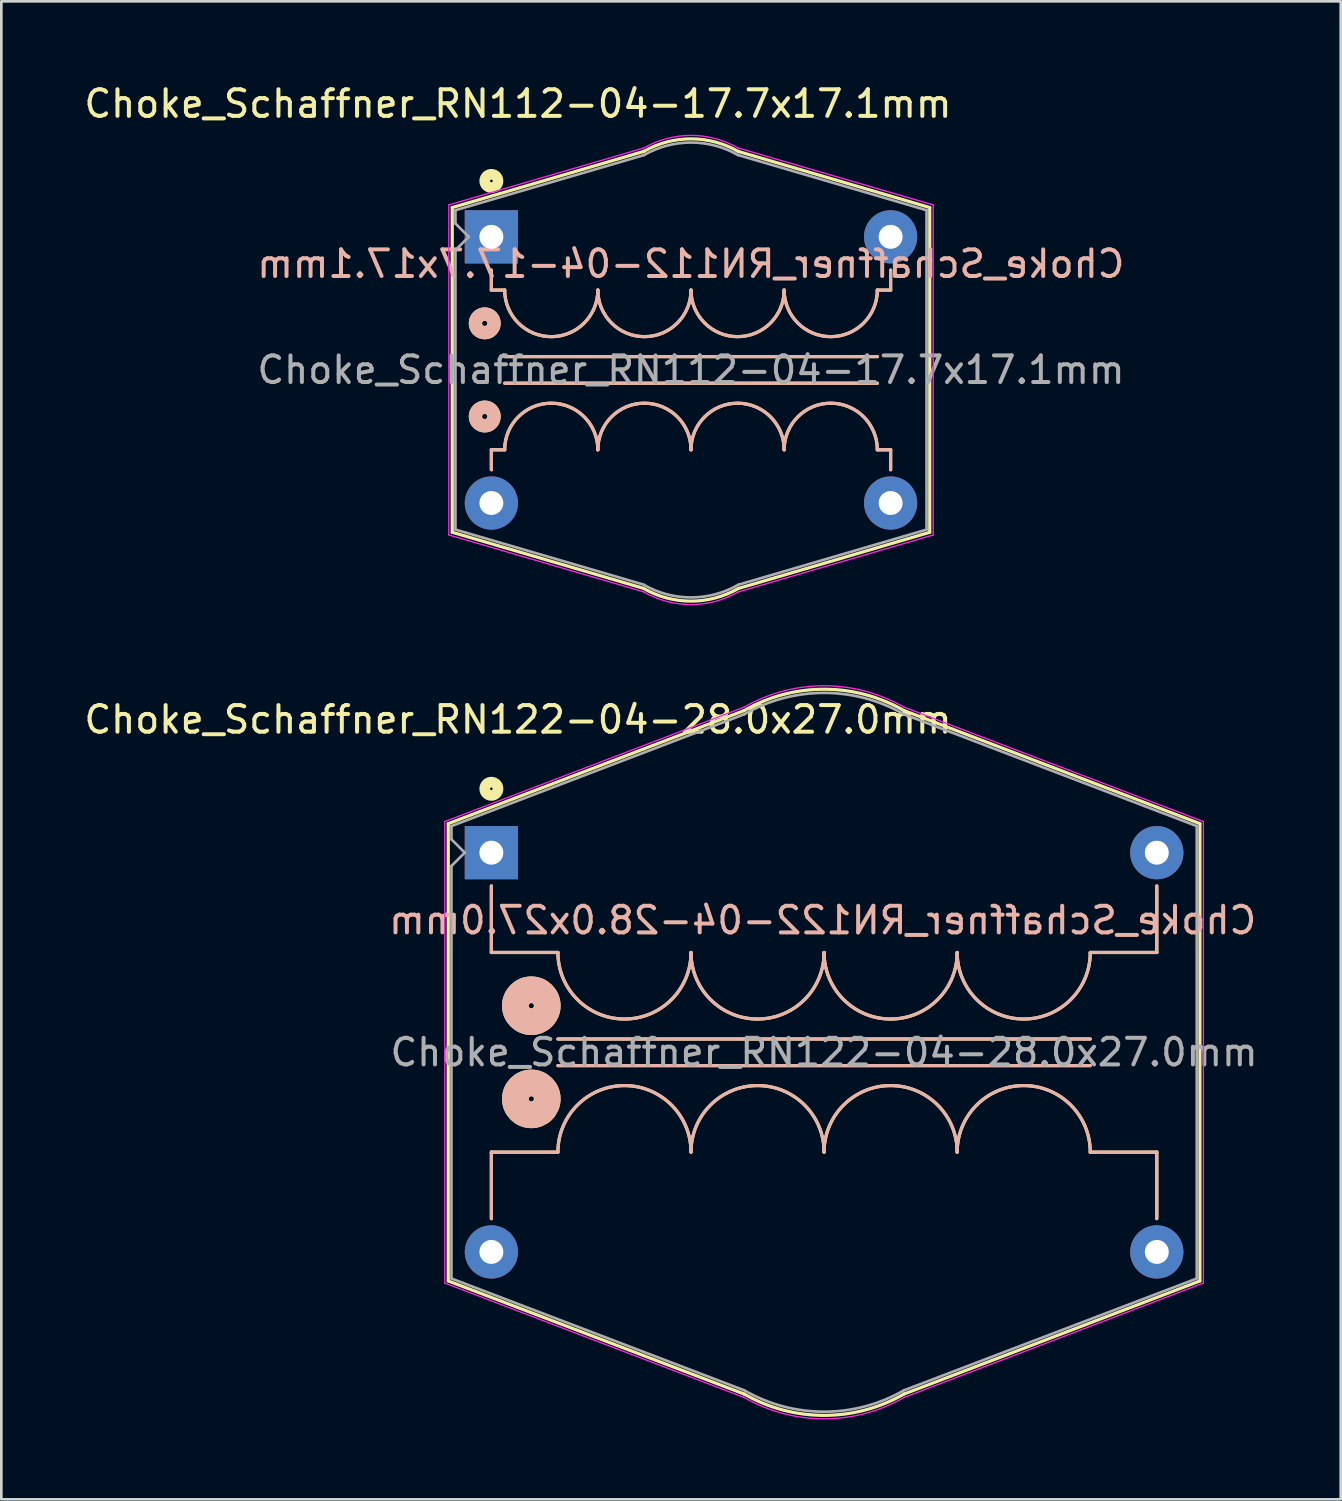
<source format=kicad_pcb>
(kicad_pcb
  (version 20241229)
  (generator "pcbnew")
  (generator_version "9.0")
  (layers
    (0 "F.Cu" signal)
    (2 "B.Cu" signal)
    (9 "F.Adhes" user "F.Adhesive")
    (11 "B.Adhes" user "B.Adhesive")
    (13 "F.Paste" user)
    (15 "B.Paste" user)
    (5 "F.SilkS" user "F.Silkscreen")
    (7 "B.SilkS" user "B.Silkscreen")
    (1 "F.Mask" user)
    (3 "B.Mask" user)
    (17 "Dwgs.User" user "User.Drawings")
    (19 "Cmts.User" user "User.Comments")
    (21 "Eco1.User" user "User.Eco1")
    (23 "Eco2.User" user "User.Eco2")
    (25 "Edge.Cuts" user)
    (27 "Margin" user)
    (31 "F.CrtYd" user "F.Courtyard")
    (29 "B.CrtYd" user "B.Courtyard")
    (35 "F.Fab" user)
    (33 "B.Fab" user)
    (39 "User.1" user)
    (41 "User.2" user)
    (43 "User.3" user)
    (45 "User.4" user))
  (footprint "Choke_Schaffner_RN122-04-28.0x27.0mm"
    (layer "F.Cu")
    (at 15.411 28.985)
    (property "Reference" "Choke_Schaffner_RN122-04-28.0x27.0mm" (at 1 -5 0) (layer "F.SilkS") (effects (font (size 1 1) (thickness 0.15))))
    (fp_line (start -1.62 -1.09) (end 9.5 -5.34) (stroke (width 0.12) (type solid)) (layer "F.SilkS"))
    (fp_line (start -1.62 16.09) (end -1.62 -1.09) (stroke (width 0.12) (type solid)) (layer "F.SilkS"))
    (fp_line (start 0 3.75) (end 0 1.25) (stroke (width 0.12) (type solid)) (layer "F.SilkS"))
    (fp_line (start 0 3.75) (end 2.5 3.75) (stroke (width 0.12) (type solid)) (layer "F.SilkS"))
    (fp_line (start 0 11.25) (end 0 13.75) (stroke (width 0.12) (type solid)) (layer "F.SilkS"))
    (fp_line (start 2.5 7) (end 22.5 7) (stroke (width 0.12) (type solid)) (layer "F.SilkS"))
    (fp_line (start 2.5 11.25) (end 0 11.25) (stroke (width 0.12) (type solid)) (layer "F.SilkS"))
    (fp_line (start 9.5 20.34) (end -1.62 16.09) (stroke (width 0.12) (type solid)) (layer "F.SilkS"))
    (fp_line (start 15.5 -5.34) (end 26.62 -1.09) (stroke (width 0.12) (type solid)) (layer "F.SilkS"))
    (fp_line (start 22.5 3.75) (end 25 3.75) (stroke (width 0.12) (type solid)) (layer "F.SilkS"))
    (fp_line (start 22.5 8) (end 2.5 8) (stroke (width 0.12) (type solid)) (layer "F.SilkS"))
    (fp_line (start 25 3.75) (end 25 1.25) (stroke (width 0.12) (type solid)) (layer "F.SilkS"))
    (fp_line (start 25 11.25) (end 22.5 11.25) (stroke (width 0.12) (type solid)) (layer "F.SilkS"))
    (fp_line (start 25 11.25) (end 25 13.75) (stroke (width 0.12) (type solid)) (layer "F.SilkS"))
    (fp_line (start 26.62 -1.09) (end 26.62 16.09) (stroke (width 0.12) (type solid)) (layer "F.SilkS"))
    (fp_line (start 26.62 16.09) (end 15.5 20.34) (stroke (width 0.12) (type solid)) (layer "F.SilkS"))
    (fp_arc (start 2.5 11.25) (mid 5 8.75) (end 7.5 11.25) (stroke (width 0.12) (type solid)) (layer "F.SilkS"))
    (fp_arc (start 7.5 3.75) (mid 5 6.25) (end 2.5 3.75) (stroke (width 0.12) (type solid)) (layer "F.SilkS"))
    (fp_arc (start 7.5 11.25) (mid 10 8.75) (end 12.5 11.25) (stroke (width 0.12) (type solid)) (layer "F.SilkS"))
    (fp_arc (start 9.5 -5.34) (mid 12.511924 -6.140653) (end 15.520653 -5.328076) (stroke (width 0.12) (type solid)) (layer "F.SilkS"))
    (fp_arc (start 12.5 3.75) (mid 10 6.25) (end 7.5 3.75) (stroke (width 0.12) (type solid)) (layer "F.SilkS"))
    (fp_arc (start 12.5 11.25) (mid 15 8.75) (end 17.5 11.25) (stroke (width 0.12) (type solid)) (layer "F.SilkS"))
    (fp_arc (start 15.5 20.34) (mid 12.488076 21.140653) (end 9.479347 20.328076) (stroke (width 0.12) (type solid)) (layer "F.SilkS"))
    (fp_arc (start 17.5 3.75) (mid 15 6.25) (end 12.5 3.75) (stroke (width 0.12) (type solid)) (layer "F.SilkS"))
    (fp_arc (start 17.5 11.25) (mid 20 8.75) (end 22.5 11.25) (stroke (width 0.12) (type solid)) (layer "F.SilkS"))
    (fp_arc (start 22.5 3.75) (mid 20 6.25) (end 17.5 3.75) (stroke (width 0.12) (type solid)) (layer "F.SilkS"))
    (fp_circle (center 0 -2.4) (end 0.05 -2.4) (stroke (width 0.4) (type solid)) (fill no) (layer "F.SilkS"))
    (fp_circle (center 1.5 5.75) (end 1.6 5.75) (stroke (width 1) (type solid)) (fill no) (layer "F.SilkS"))
    (fp_circle (center 1.5 9.25) (end 1.6 9.25) (stroke (width 1) (type solid)) (fill no) (layer "F.SilkS"))
    (fp_line (start 0 3.75) (end 0 1.25) (stroke (width 0.12) (type solid)) (layer "B.SilkS"))
    (fp_line (start 0 11.25) (end 0 13.75) (stroke (width 0.12) (type solid)) (layer "B.SilkS"))
    (fp_line (start 0 11.25) (end 2.5 11.25) (stroke (width 0.12) (type solid)) (layer "B.SilkS"))
    (fp_line (start 2.5 3.75) (end 0 3.75) (stroke (width 0.12) (type solid)) (layer "B.SilkS"))
    (fp_line (start 2.5 8) (end 22.5 8) (stroke (width 0.12) (type solid)) (layer "B.SilkS"))
    (fp_line (start 22.5 7) (end 2.5 7) (stroke (width 0.12) (type solid)) (layer "B.SilkS"))
    (fp_line (start 22.5 11.25) (end 25 11.25) (stroke (width 0.12) (type solid)) (layer "B.SilkS"))
    (fp_line (start 25 3.75) (end 22.5 3.75) (stroke (width 0.12) (type solid)) (layer "B.SilkS"))
    (fp_line (start 25 3.75) (end 25 1.25) (stroke (width 0.12) (type solid)) (layer "B.SilkS"))
    (fp_line (start 25 11.25) (end 25 13.75) (stroke (width 0.12) (type solid)) (layer "B.SilkS"))
    (fp_arc (start 2.5 11.25) (mid 5 8.75) (end 7.5 11.25) (stroke (width 0.12) (type solid)) (layer "B.SilkS"))
    (fp_arc (start 7.5 3.75) (mid 5 6.25) (end 2.5 3.75) (stroke (width 0.12) (type solid)) (layer "B.SilkS"))
    (fp_arc (start 7.5 11.25) (mid 10 8.75) (end 12.5 11.25) (stroke (width 0.12) (type solid)) (layer "B.SilkS"))
    (fp_arc (start 12.5 3.75) (mid 10 6.25) (end 7.5 3.75) (stroke (width 0.12) (type solid)) (layer "B.SilkS"))
    (fp_arc (start 12.5 11.25) (mid 15 8.75) (end 17.5 11.25) (stroke (width 0.12) (type solid)) (layer "B.SilkS"))
    (fp_arc (start 17.5 3.75) (mid 15 6.25) (end 12.5 3.75) (stroke (width 0.12) (type solid)) (layer "B.SilkS"))
    (fp_arc (start 17.5 11.25) (mid 20 8.75) (end 22.5 11.25) (stroke (width 0.12) (type solid)) (layer "B.SilkS"))
    (fp_arc (start 22.5 3.75) (mid 20 6.25) (end 17.5 3.75) (stroke (width 0.12) (type solid)) (layer "B.SilkS"))
    (fp_circle (center 1.5 5.75) (end 1.6 5.75) (stroke (width 1) (type solid)) (fill no) (layer "B.SilkS"))
    (fp_circle (center 1.5 9.25) (end 1.6 9.25) (stroke (width 1) (type solid)) (fill no) (layer "B.SilkS"))
    (fp_line (start -1.75 -1.17) (end 9.5 -5.47) (stroke (width 0.05) (type solid)) (layer "F.CrtYd"))
    (fp_line (start -1.75 16.17) (end -1.75 -1.17) (stroke (width 0.05) (type solid)) (layer "F.CrtYd"))
    (fp_line (start 9.5 20.47) (end -1.75 16.17) (stroke (width 0.05) (type solid)) (layer "F.CrtYd"))
    (fp_line (start 15.5 -5.47) (end 26.75 -1.17) (stroke (width 0.05) (type solid)) (layer "F.CrtYd"))
    (fp_line (start 26.75 -1.17) (end 26.75 16.17) (stroke (width 0.05) (type solid)) (layer "F.CrtYd"))
    (fp_line (start 26.75 16.17) (end 15.5 20.47) (stroke (width 0.05) (type solid)) (layer "F.CrtYd"))
    (fp_arc (start 9.5 -5.47) (mid 12.511924 -6.270653) (end 15.520653 -5.458076) (stroke (width 0.05) (type solid)) (layer "F.CrtYd"))
    (fp_arc (start 15.5 20.47) (mid 12.488076 21.270653) (end 9.479347 20.458076) (stroke (width 0.05) (type solid)) (layer "F.CrtYd"))
    (fp_line (start -1.5 -1) (end 9.5 -5.2) (stroke (width 0.1) (type solid)) (layer "F.Fab"))
    (fp_line (start -1.5 -0.5) (end -1.5 -1) (stroke (width 0.1) (type solid)) (layer "F.Fab"))
    (fp_line (start -1.5 0.5) (end -1 0) (stroke (width 0.1) (type solid)) (layer "F.Fab"))
    (fp_line (start -1.5 16) (end -1.5 0.5) (stroke (width 0.1) (type solid)) (layer "F.Fab"))
    (fp_line (start -1 0) (end -1.5 -0.5) (stroke (width 0.1) (type solid)) (layer "F.Fab"))
    (fp_line (start 9.5 20.2) (end -1.5 16) (stroke (width 0.1) (type solid)) (layer "F.Fab"))
    (fp_line (start 15.5 -5.2) (end 26.5 -1) (stroke (width 0.1) (type solid)) (layer "F.Fab"))
    (fp_line (start 26.5 -1) (end 26.5 16) (stroke (width 0.1) (type solid)) (layer "F.Fab"))
    (fp_line (start 26.5 16) (end 15.5 20.2) (stroke (width 0.1) (type solid)) (layer "F.Fab"))
    (fp_arc (start 9.5 -5.2) (mid 12.501924 -6.003332) (end 15.503332 -5.198076) (stroke (width 0.1) (type solid)) (layer "F.Fab"))
    (fp_arc (start 15.5 20.2) (mid 12.498076 21.003332) (end 9.496668 20.198076) (stroke (width 0.1) (type solid)) (layer "F.Fab"))
    (fp_text user "${REFERENCE}" (at 12.446 2.54 0) (layer "B.SilkS") (effects (font (size 1 1) (thickness 0.15)) (justify mirror)))
    (fp_text user "${REFERENCE}" (at 12.5 7.5 0) (layer "F.Fab") (effects (font (size 1 1) (thickness 0.15))))
    (pad "1" thru_hole rect (at 0 0) (size 2 2) (drill 0.9) (layers "*.Cu" "*.Mask"))
    (pad "2" thru_hole circle (at 25 0) (size 2 2) (drill 0.9) (layers "*.Cu" "*.Mask"))
    (pad "3" thru_hole circle (at 0 15) (size 2 2) (drill 0.9) (layers "*.Cu" "*.Mask"))
    (pad "4" thru_hole circle (at 25 15) (size 2 2) (drill 0.9) (layers "*.Cu" "*.Mask")))
  (footprint "Choke_Schaffner_RN112-04-17.7x17.1mm"
    (layer "F.Cu")
    (at 15.411 5.848)
    (property "Reference" "Choke_Schaffner_RN112-04-17.7x17.1mm" (at 1 -5 0) (layer "F.SilkS") (effects (font (size 1 1) (thickness 0.15))))
    (fp_line (start -1.47 -1.1) (end 5.73 -3.21) (stroke (width 0.12) (type solid)) (layer "F.SilkS"))
    (fp_line (start -1.47 11.1) (end -1.47 -1.1) (stroke (width 0.12) (type solid)) (layer "F.SilkS"))
    (fp_line (start 0 2) (end 0 1.25) (stroke (width 0.12) (type solid)) (layer "F.SilkS"))
    (fp_line (start 0 8) (end 0 8.75) (stroke (width 0.12) (type solid)) (layer "F.SilkS"))
    (fp_line (start 0.5 2) (end 0 2) (stroke (width 0.12) (type solid)) (layer "F.SilkS"))
    (fp_line (start 0.5 5.5) (end 14.5 5.5) (stroke (width 0.12) (type solid)) (layer "F.SilkS"))
    (fp_line (start 0.5 8) (end 0 8) (stroke (width 0.12) (type solid)) (layer "F.SilkS"))
    (fp_line (start 5.73 13.21) (end -1.47 11.1) (stroke (width 0.12) (type solid)) (layer "F.SilkS"))
    (fp_line (start 9.27 -3.21) (end 16.47 -1.1) (stroke (width 0.12) (type solid)) (layer "F.SilkS"))
    (fp_line (start 14.5 2) (end 15 2) (stroke (width 0.12) (type solid)) (layer "F.SilkS"))
    (fp_line (start 14.5 4.5) (end 0.5 4.5) (stroke (width 0.12) (type solid)) (layer "F.SilkS"))
    (fp_line (start 14.5 8) (end 15 8) (stroke (width 0.12) (type solid)) (layer "F.SilkS"))
    (fp_line (start 15 2) (end 15 1.25) (stroke (width 0.12) (type solid)) (layer "F.SilkS"))
    (fp_line (start 15 8) (end 15 8.75) (stroke (width 0.12) (type solid)) (layer "F.SilkS"))
    (fp_line (start 16.47 -1.1) (end 16.47 11.1) (stroke (width 0.12) (type solid)) (layer "F.SilkS"))
    (fp_line (start 16.47 11.1) (end 9.28 13.21) (stroke (width 0.12) (type solid)) (layer "F.SilkS"))
    (fp_arc (start 0.5 8) (mid 2.25 6.25) (end 4 8) (stroke (width 0.12) (type solid)) (layer "F.SilkS"))
    (fp_arc (start 4 2) (mid 2.25 3.75) (end 0.5 2) (stroke (width 0.12) (type solid)) (layer "F.SilkS"))
    (fp_arc (start 4 8) (mid 5.75 6.25) (end 7.5 8) (stroke (width 0.12) (type solid)) (layer "F.SilkS"))
    (fp_arc (start 5.73 -3.21) (mid 7.512135 -3.681018) (end 9.291018 -3.197865) (stroke (width 0.12) (type solid)) (layer "F.SilkS"))
    (fp_arc (start 7.5 2) (mid 5.75 3.75) (end 4 2) (stroke (width 0.12) (type solid)) (layer "F.SilkS"))
    (fp_arc (start 7.5 8) (mid 9.25 6.25) (end 11 8) (stroke (width 0.12) (type solid)) (layer "F.SilkS"))
    (fp_arc (start 9.28 13.21) (mid 7.496525 13.686018) (end 5.713982 13.206525) (stroke (width 0.12) (type solid)) (layer "F.SilkS"))
    (fp_arc (start 11 2) (mid 9.25 3.75) (end 7.5 2) (stroke (width 0.12) (type solid)) (layer "F.SilkS"))
    (fp_arc (start 11 8) (mid 12.75 6.25) (end 14.5 8) (stroke (width 0.12) (type solid)) (layer "F.SilkS"))
    (fp_arc (start 14.5 2) (mid 12.75 3.75) (end 11 2) (stroke (width 0.12) (type solid)) (layer "F.SilkS"))
    (fp_circle (center -0.25 3.25) (end -0.15 3.25) (stroke (width 0.5) (type solid)) (fill no) (layer "F.SilkS"))
    (fp_circle (center -0.25 6.75) (end -0.15 6.75) (stroke (width 0.5) (type solid)) (fill no) (layer "F.SilkS"))
    (fp_circle (center 0 -2.1) (end 0.05 -2.1) (stroke (width 0.4) (type solid)) (fill no) (layer "F.SilkS"))
    (fp_line (start 0 2) (end 0 1.25) (stroke (width 0.12) (type solid)) (layer "B.SilkS"))
    (fp_line (start 0 8) (end 0 8.75) (stroke (width 0.12) (type solid)) (layer "B.SilkS"))
    (fp_line (start 0.5 2) (end 0 2) (stroke (width 0.12) (type solid)) (layer "B.SilkS"))
    (fp_line (start 0.5 4.5) (end 14.5 4.5) (stroke (width 0.12) (type solid)) (layer "B.SilkS"))
    (fp_line (start 0.5 8) (end 0 8) (stroke (width 0.12) (type solid)) (layer "B.SilkS"))
    (fp_line (start 14.5 2) (end 15 2) (stroke (width 0.12) (type solid)) (layer "B.SilkS"))
    (fp_line (start 14.5 5.5) (end 0.5 5.5) (stroke (width 0.12) (type solid)) (layer "B.SilkS"))
    (fp_line (start 14.5 8) (end 15 8) (stroke (width 0.12) (type solid)) (layer "B.SilkS"))
    (fp_line (start 15 2) (end 15 1.25) (stroke (width 0.12) (type solid)) (layer "B.SilkS"))
    (fp_line (start 15 8) (end 15 8.75) (stroke (width 0.12) (type solid)) (layer "B.SilkS"))
    (fp_arc (start 0.5 8) (mid 2.25 6.25) (end 4 8) (stroke (width 0.12) (type solid)) (layer "B.SilkS"))
    (fp_arc (start 4 2) (mid 2.25 3.75) (end 0.5 2) (stroke (width 0.12) (type solid)) (layer "B.SilkS"))
    (fp_arc (start 4 8) (mid 5.75 6.25) (end 7.5 8) (stroke (width 0.12) (type solid)) (layer "B.SilkS"))
    (fp_arc (start 7.5 2) (mid 5.75 3.75) (end 4 2) (stroke (width 0.12) (type solid)) (layer "B.SilkS"))
    (fp_arc (start 7.5 8) (mid 9.25 6.25) (end 11 8) (stroke (width 0.12) (type solid)) (layer "B.SilkS"))
    (fp_arc (start 11 2) (mid 9.25 3.75) (end 7.5 2) (stroke (width 0.12) (type solid)) (layer "B.SilkS"))
    (fp_arc (start 11 8) (mid 12.75 6.25) (end 14.5 8) (stroke (width 0.12) (type solid)) (layer "B.SilkS"))
    (fp_arc (start 14.5 2) (mid 12.75 3.75) (end 11 2) (stroke (width 0.12) (type solid)) (layer "B.SilkS"))
    (fp_circle (center -0.25 3.25) (end -0.15 3.25) (stroke (width 0.5) (type solid)) (fill no) (layer "B.SilkS"))
    (fp_circle (center -0.25 6.75) (end -0.15 6.75) (stroke (width 0.5) (type solid)) (fill no) (layer "B.SilkS"))
    (fp_line (start -1.6 -1.2) (end 5.73 -3.34) (stroke (width 0.05) (type solid)) (layer "F.CrtYd"))
    (fp_line (start -1.6 11.2) (end -1.6 -1.2) (stroke (width 0.05) (type solid)) (layer "F.CrtYd"))
    (fp_line (start 5.73 13.34) (end -1.6 11.2) (stroke (width 0.05) (type solid)) (layer "F.CrtYd"))
    (fp_line (start 9.27 -3.34) (end 16.6 -1.2) (stroke (width 0.05) (type solid)) (layer "F.CrtYd"))
    (fp_line (start 16.6 -1.2) (end 16.6 11.2) (stroke (width 0.05) (type solid)) (layer "F.CrtYd"))
    (fp_line (start 16.6 11.2) (end 9.28 13.34) (stroke (width 0.05) (type solid)) (layer "F.CrtYd"))
    (fp_arc (start 5.73 -3.34) (mid 7.512135 -3.811018) (end 9.291018 -3.327865) (stroke (width 0.05) (type solid)) (layer "F.CrtYd"))
    (fp_arc (start 9.28 13.34) (mid 7.496525 13.816018) (end 5.713982 13.336525) (stroke (width 0.05) (type solid)) (layer "F.CrtYd"))
    (fp_line (start -1.35 -1) (end 5.73 -3.07) (stroke (width 0.1) (type solid)) (layer "F.Fab"))
    (fp_line (start -1.35 -0.5) (end -1.35 -1) (stroke (width 0.1) (type solid)) (layer "F.Fab"))
    (fp_line (start -1.35 0.5) (end -0.85 0) (stroke (width 0.1) (type solid)) (layer "F.Fab"))
    (fp_line (start -1.35 11) (end -1.35 0.5) (stroke (width 0.1) (type solid)) (layer "F.Fab"))
    (fp_line (start -0.85 0) (end -1.35 -0.5) (stroke (width 0.1) (type solid)) (layer "F.Fab"))
    (fp_line (start 5.73 13.07) (end -1.35 11) (stroke (width 0.1) (type solid)) (layer "F.Fab"))
    (fp_line (start 9.28 -3.07) (end 16.35 -1) (stroke (width 0.1) (type solid)) (layer "F.Fab"))
    (fp_line (start 16.35 -1) (end 16.35 11) (stroke (width 0.1) (type solid)) (layer "F.Fab"))
    (fp_line (start 16.35 11) (end 9.28 13.07) (stroke (width 0.1) (type solid)) (layer "F.Fab"))
    (fp_arc (start 5.73 -3.07) (mid 7.502135 -3.543698) (end 9.273698 -3.067865) (stroke (width 0.1) (type solid)) (layer "F.Fab"))
    (fp_arc (start 9.28 13.07) (mid 7.506525 13.548698) (end 5.731302 13.076525) (stroke (width 0.1) (type solid)) (layer "F.Fab"))
    (fp_text user "${REFERENCE}" (at 7.493 1.016 0) (layer "B.SilkS") (effects (font (size 1 1) (thickness 0.15)) (justify mirror)))
    (fp_text user "${REFERENCE}" (at 7.5 5 0) (layer "F.Fab") (effects (font (size 1 1) (thickness 0.15))))
    (pad "1" thru_hole rect (at 0 0) (size 2 2) (drill 0.9) (layers "*.Cu" "*.Mask"))
    (pad "2" thru_hole circle (at 15 0) (size 2 2) (drill 0.9) (layers "*.Cu" "*.Mask"))
    (pad "3" thru_hole circle (at 0 10) (size 2 2) (drill 0.9) (layers "*.Cu" "*.Mask"))
    (pad "4" thru_hole circle (at 15 10) (size 2 2) (drill 0.9) (layers "*.Cu" "*.Mask")))
  (gr_rect
    (start -3 -3)
    (end 47.321 53.281)
    (stroke (width 0.1) (type default))
    (fill no)
    (layer "Edge.Cuts")))
</source>
